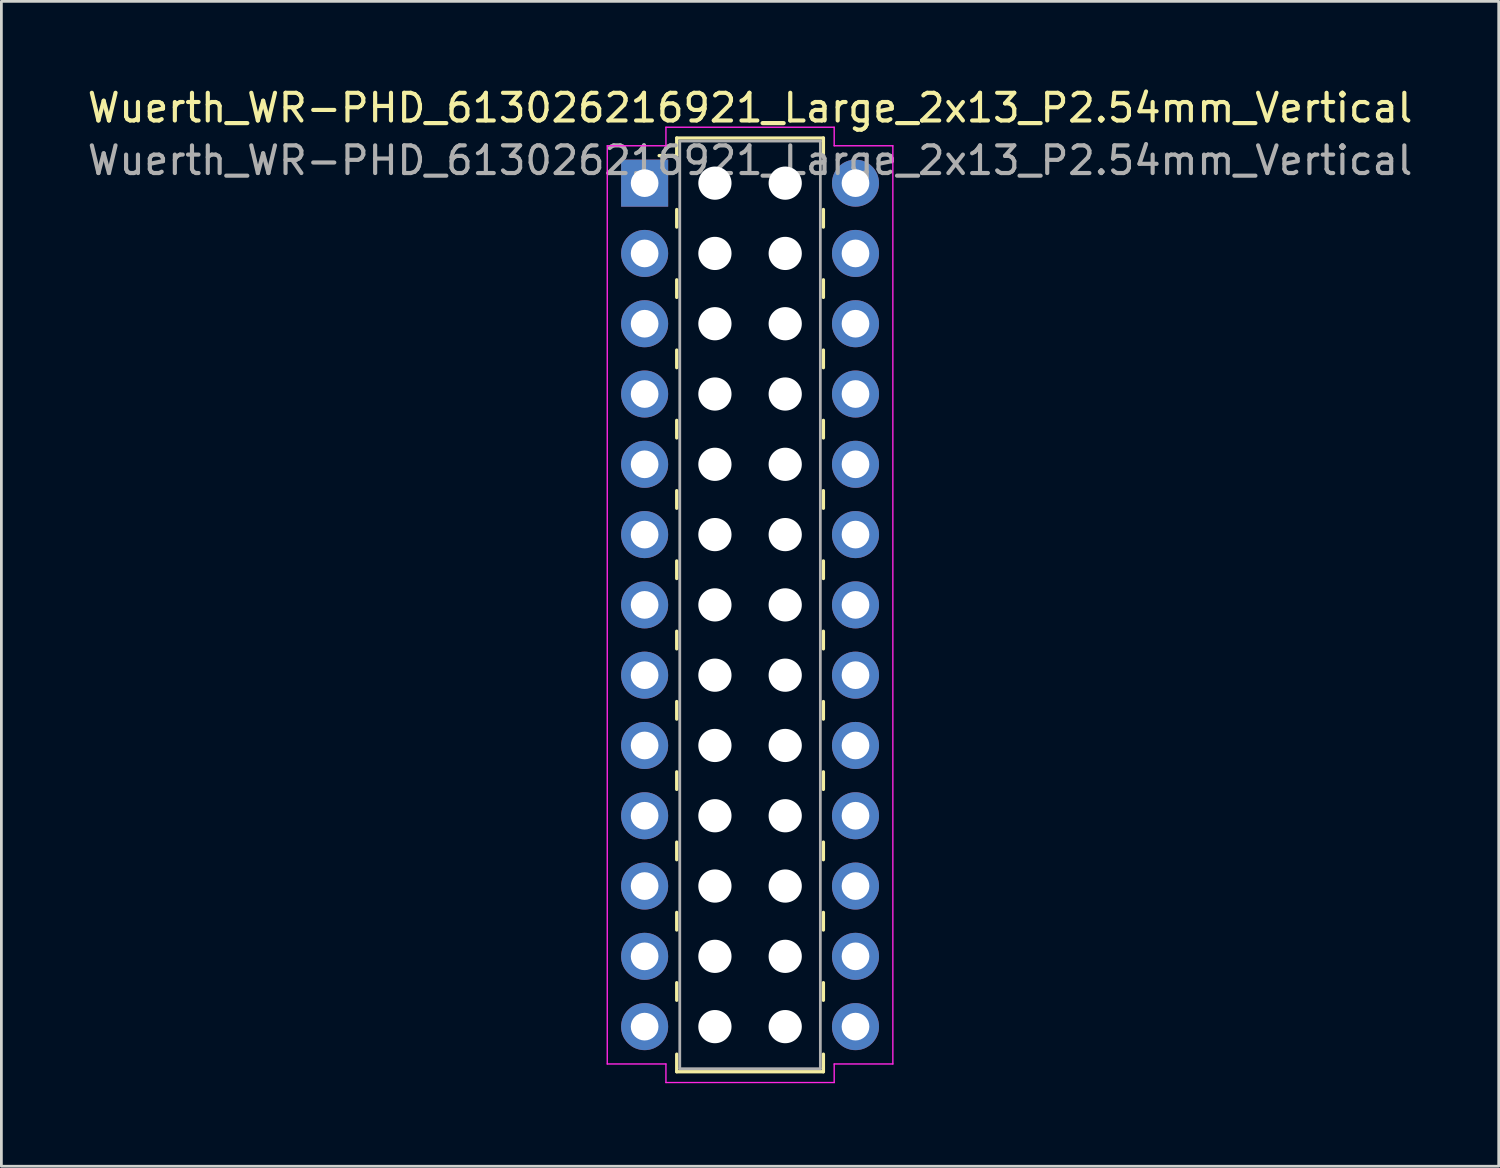
<source format=kicad_pcb>
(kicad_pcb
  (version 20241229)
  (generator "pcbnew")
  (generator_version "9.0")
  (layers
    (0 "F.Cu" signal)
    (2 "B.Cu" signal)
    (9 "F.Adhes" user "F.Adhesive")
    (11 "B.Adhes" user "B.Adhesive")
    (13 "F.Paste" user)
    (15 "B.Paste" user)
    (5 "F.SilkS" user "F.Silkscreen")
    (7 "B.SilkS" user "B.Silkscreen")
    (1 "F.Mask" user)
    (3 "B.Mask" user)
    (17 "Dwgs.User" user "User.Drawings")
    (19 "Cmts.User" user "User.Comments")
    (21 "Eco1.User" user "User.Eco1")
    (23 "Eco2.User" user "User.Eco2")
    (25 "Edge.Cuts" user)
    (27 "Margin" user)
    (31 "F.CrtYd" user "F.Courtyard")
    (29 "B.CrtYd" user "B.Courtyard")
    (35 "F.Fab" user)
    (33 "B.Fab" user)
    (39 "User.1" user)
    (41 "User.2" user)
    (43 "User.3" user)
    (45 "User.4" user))
  (footprint "Wuerth_WR-PHD_613026216921_Large_2x13_P2.54mm_Vertical"
    (layer "F.Cu")
    (at 20.244 3.568)
    (property "Reference" "Wuerth_WR-PHD_613026216921_Large_2x13_P2.54mm_Vertical" (at 3.81 -2.72 0) (layer "F.SilkS") (effects (font (size 1 1) (thickness 0.15))))
    (attr through_hole)
    (fp_line (start 1.16 -1.63) (end 1.16 -0.995) (stroke (width 0.12) (type solid)) (layer "F.SilkS"))
    (fp_line (start 1.16 -1.63) (end 6.46 -1.63) (stroke (width 0.12) (type solid)) (layer "F.SilkS"))
    (fp_line (start 1.16 -0.995) (end 0.525 -0.995) (stroke (width 0.12) (type solid)) (layer "F.SilkS"))
    (fp_line (start 1.16 0.953) (end 1.16 1.587) (stroke (width 0.12) (type solid)) (layer "F.SilkS"))
    (fp_line (start 1.16 3.493) (end 1.16 4.128) (stroke (width 0.12) (type solid)) (layer "F.SilkS"))
    (fp_line (start 1.16 6.032) (end 1.16 6.668) (stroke (width 0.12) (type solid)) (layer "F.SilkS"))
    (fp_line (start 1.16 8.572) (end 1.16 9.207) (stroke (width 0.12) (type solid)) (layer "F.SilkS"))
    (fp_line (start 1.16 11.113) (end 1.16 11.748) (stroke (width 0.12) (type solid)) (layer "F.SilkS"))
    (fp_line (start 1.16 13.652) (end 1.16 14.287) (stroke (width 0.12) (type solid)) (layer "F.SilkS"))
    (fp_line (start 1.16 16.192) (end 1.16 16.828) (stroke (width 0.12) (type solid)) (layer "F.SilkS"))
    (fp_line (start 1.16 18.733) (end 1.16 19.367) (stroke (width 0.12) (type solid)) (layer "F.SilkS"))
    (fp_line (start 1.16 21.273) (end 1.16 21.907) (stroke (width 0.12) (type solid)) (layer "F.SilkS"))
    (fp_line (start 1.16 23.812) (end 1.16 24.448) (stroke (width 0.12) (type solid)) (layer "F.SilkS"))
    (fp_line (start 1.16 26.352) (end 1.16 26.988) (stroke (width 0.12) (type solid)) (layer "F.SilkS"))
    (fp_line (start 1.16 28.892) (end 1.16 29.527) (stroke (width 0.12) (type solid)) (layer "F.SilkS"))
    (fp_line (start 1.16 32.11) (end 1.16 31.475) (stroke (width 0.12) (type solid)) (layer "F.SilkS"))
    (fp_line (start 1.16 32.11) (end 6.46 32.11) (stroke (width 0.12) (type solid)) (layer "F.SilkS"))
    (fp_line (start 6.46 -1.63) (end 6.46 -0.995) (stroke (width 0.12) (type solid)) (layer "F.SilkS"))
    (fp_line (start 6.46 0.953) (end 6.46 1.587) (stroke (width 0.12) (type solid)) (layer "F.SilkS"))
    (fp_line (start 6.46 3.493) (end 6.46 4.128) (stroke (width 0.12) (type solid)) (layer "F.SilkS"))
    (fp_line (start 6.46 6.032) (end 6.46 6.668) (stroke (width 0.12) (type solid)) (layer "F.SilkS"))
    (fp_line (start 6.46 8.572) (end 6.46 9.207) (stroke (width 0.12) (type solid)) (layer "F.SilkS"))
    (fp_line (start 6.46 11.113) (end 6.46 11.748) (stroke (width 0.12) (type solid)) (layer "F.SilkS"))
    (fp_line (start 6.46 13.652) (end 6.46 14.287) (stroke (width 0.12) (type solid)) (layer "F.SilkS"))
    (fp_line (start 6.46 16.192) (end 6.46 16.828) (stroke (width 0.12) (type solid)) (layer "F.SilkS"))
    (fp_line (start 6.46 18.733) (end 6.46 19.367) (stroke (width 0.12) (type solid)) (layer "F.SilkS"))
    (fp_line (start 6.46 21.273) (end 6.46 21.907) (stroke (width 0.12) (type solid)) (layer "F.SilkS"))
    (fp_line (start 6.46 23.812) (end 6.46 24.448) (stroke (width 0.12) (type solid)) (layer "F.SilkS"))
    (fp_line (start 6.46 26.352) (end 6.46 26.988) (stroke (width 0.12) (type solid)) (layer "F.SilkS"))
    (fp_line (start 6.46 28.892) (end 6.46 29.527) (stroke (width 0.12) (type solid)) (layer "F.SilkS"))
    (fp_line (start 6.46 32.11) (end 6.46 31.475) (stroke (width 0.12) (type solid)) (layer "F.SilkS"))
    (fp_line (start -1.35 -1.35) (end 0.77 -1.35) (stroke (width 0.05) (type solid)) (layer "F.CrtYd"))
    (fp_line (start -1.35 31.83) (end -1.35 -1.35) (stroke (width 0.05) (type solid)) (layer "F.CrtYd"))
    (fp_line (start 0.77 -2.02) (end 6.85 -2.02) (stroke (width 0.05) (type solid)) (layer "F.CrtYd"))
    (fp_line (start 0.77 -1.35) (end 0.77 -2.02) (stroke (width 0.05) (type solid)) (layer "F.CrtYd"))
    (fp_line (start 0.77 31.83) (end -1.35 31.83) (stroke (width 0.05) (type solid)) (layer "F.CrtYd"))
    (fp_line (start 0.77 32.5) (end 0.77 31.83) (stroke (width 0.05) (type solid)) (layer "F.CrtYd"))
    (fp_line (start 6.85 -2.02) (end 6.85 -1.35) (stroke (width 0.05) (type solid)) (layer "F.CrtYd"))
    (fp_line (start 6.85 -1.35) (end 8.97 -1.35) (stroke (width 0.05) (type solid)) (layer "F.CrtYd"))
    (fp_line (start 6.85 31.83) (end 6.85 32.5) (stroke (width 0.05) (type solid)) (layer "F.CrtYd"))
    (fp_line (start 6.85 32.5) (end 0.77 32.5) (stroke (width 0.05) (type solid)) (layer "F.CrtYd"))
    (fp_line (start 8.97 -1.35) (end 8.97 31.83) (stroke (width 0.05) (type solid)) (layer "F.CrtYd"))
    (fp_line (start 8.97 31.83) (end 6.85 31.83) (stroke (width 0.05) (type solid)) (layer "F.CrtYd"))
    (fp_line (start 1.27 -1.52) (end 1.27 32) (stroke (width 0.1) (type solid)) (layer "F.Fab"))
    (fp_line (start 1.27 32) (end 6.35 32) (stroke (width 0.1) (type solid)) (layer "F.Fab"))
    (fp_line (start 6.35 -1.52) (end 1.27 -1.52) (stroke (width 0.1) (type solid)) (layer "F.Fab"))
    (fp_line (start 6.35 32) (end 6.35 -1.52) (stroke (width 0.1) (type solid)) (layer "F.Fab"))
    (fp_text user "${REFERENCE}" (at 3.81 -0.82 0) (layer "F.Fab") (effects (font (size 1 1) (thickness 0.15))))
    (pad "" np_thru_hole circle (at 2.54 0) (size 1.2 1.2) (drill 1.2) (layers "*.Cu" "*.Mask"))
    (pad "" np_thru_hole circle (at 2.54 2.54) (size 1.2 1.2) (drill 1.2) (layers "*.Cu" "*.Mask"))
    (pad "" np_thru_hole circle (at 2.54 5.08) (size 1.2 1.2) (drill 1.2) (layers "*.Cu" "*.Mask"))
    (pad "" np_thru_hole circle (at 2.54 7.62) (size 1.2 1.2) (drill 1.2) (layers "*.Cu" "*.Mask"))
    (pad "" np_thru_hole circle (at 2.54 10.16) (size 1.2 1.2) (drill 1.2) (layers "*.Cu" "*.Mask"))
    (pad "" np_thru_hole circle (at 2.54 12.7) (size 1.2 1.2) (drill 1.2) (layers "*.Cu" "*.Mask"))
    (pad "" np_thru_hole circle (at 2.54 15.24) (size 1.2 1.2) (drill 1.2) (layers "*.Cu" "*.Mask"))
    (pad "" np_thru_hole circle (at 2.54 17.78) (size 1.2 1.2) (drill 1.2) (layers "*.Cu" "*.Mask"))
    (pad "" np_thru_hole circle (at 2.54 20.32) (size 1.2 1.2) (drill 1.2) (layers "*.Cu" "*.Mask"))
    (pad "" np_thru_hole circle (at 2.54 22.86) (size 1.2 1.2) (drill 1.2) (layers "*.Cu" "*.Mask"))
    (pad "" np_thru_hole circle (at 2.54 25.4) (size 1.2 1.2) (drill 1.2) (layers "*.Cu" "*.Mask"))
    (pad "" np_thru_hole circle (at 2.54 27.94) (size 1.2 1.2) (drill 1.2) (layers "*.Cu" "*.Mask"))
    (pad "" np_thru_hole circle (at 2.54 30.48) (size 1.2 1.2) (drill 1.2) (layers "*.Cu" "*.Mask"))
    (pad "" np_thru_hole circle (at 5.08 0) (size 1.2 1.2) (drill 1.2) (layers "*.Cu" "*.Mask"))
    (pad "" np_thru_hole circle (at 5.08 2.54) (size 1.2 1.2) (drill 1.2) (layers "*.Cu" "*.Mask"))
    (pad "" np_thru_hole circle (at 5.08 5.08) (size 1.2 1.2) (drill 1.2) (layers "*.Cu" "*.Mask"))
    (pad "" np_thru_hole circle (at 5.08 7.62) (size 1.2 1.2) (drill 1.2) (layers "*.Cu" "*.Mask"))
    (pad "" np_thru_hole circle (at 5.08 10.16) (size 1.2 1.2) (drill 1.2) (layers "*.Cu" "*.Mask"))
    (pad "" np_thru_hole circle (at 5.08 12.7) (size 1.2 1.2) (drill 1.2) (layers "*.Cu" "*.Mask"))
    (pad "" np_thru_hole circle (at 5.08 15.24) (size 1.2 1.2) (drill 1.2) (layers "*.Cu" "*.Mask"))
    (pad "" np_thru_hole circle (at 5.08 17.78) (size 1.2 1.2) (drill 1.2) (layers "*.Cu" "*.Mask"))
    (pad "" np_thru_hole circle (at 5.08 20.32) (size 1.2 1.2) (drill 1.2) (layers "*.Cu" "*.Mask"))
    (pad "" np_thru_hole circle (at 5.08 22.86) (size 1.2 1.2) (drill 1.2) (layers "*.Cu" "*.Mask"))
    (pad "" np_thru_hole circle (at 5.08 25.4) (size 1.2 1.2) (drill 1.2) (layers "*.Cu" "*.Mask"))
    (pad "" np_thru_hole circle (at 5.08 27.94) (size 1.2 1.2) (drill 1.2) (layers "*.Cu" "*.Mask"))
    (pad "" np_thru_hole circle (at 5.08 30.48) (size 1.2 1.2) (drill 1.2) (layers "*.Cu" "*.Mask"))
    (pad "1" thru_hole rect (at 0 0) (size 1.7 1.7) (drill 1) (layers "*.Cu" "*.Mask"))
    (pad "2" thru_hole circle (at 7.62 0) (size 1.7 1.7) (drill 1) (layers "*.Cu" "*.Mask"))
    (pad "3" thru_hole circle (at 0 2.54) (size 1.7 1.7) (drill 1) (layers "*.Cu" "*.Mask"))
    (pad "4" thru_hole circle (at 7.62 2.54) (size 1.7 1.7) (drill 1) (layers "*.Cu" "*.Mask"))
    (pad "5" thru_hole circle (at 0 5.08) (size 1.7 1.7) (drill 1) (layers "*.Cu" "*.Mask"))
    (pad "6" thru_hole circle (at 7.62 5.08) (size 1.7 1.7) (drill 1) (layers "*.Cu" "*.Mask"))
    (pad "7" thru_hole circle (at 0 7.62) (size 1.7 1.7) (drill 1) (layers "*.Cu" "*.Mask"))
    (pad "8" thru_hole circle (at 7.62 7.62) (size 1.7 1.7) (drill 1) (layers "*.Cu" "*.Mask"))
    (pad "9" thru_hole circle (at 0 10.16) (size 1.7 1.7) (drill 1) (layers "*.Cu" "*.Mask"))
    (pad "10" thru_hole circle (at 7.62 10.16) (size 1.7 1.7) (drill 1) (layers "*.Cu" "*.Mask"))
    (pad "11" thru_hole circle (at 0 12.7) (size 1.7 1.7) (drill 1) (layers "*.Cu" "*.Mask"))
    (pad "12" thru_hole circle (at 7.62 12.7) (size 1.7 1.7) (drill 1) (layers "*.Cu" "*.Mask"))
    (pad "13" thru_hole circle (at 0 15.24) (size 1.7 1.7) (drill 1) (layers "*.Cu" "*.Mask"))
    (pad "14" thru_hole circle (at 7.62 15.24) (size 1.7 1.7) (drill 1) (layers "*.Cu" "*.Mask"))
    (pad "15" thru_hole circle (at 0 17.78) (size 1.7 1.7) (drill 1) (layers "*.Cu" "*.Mask"))
    (pad "16" thru_hole circle (at 7.62 17.78) (size 1.7 1.7) (drill 1) (layers "*.Cu" "*.Mask"))
    (pad "17" thru_hole circle (at 0 20.32) (size 1.7 1.7) (drill 1) (layers "*.Cu" "*.Mask"))
    (pad "18" thru_hole circle (at 7.62 20.32) (size 1.7 1.7) (drill 1) (layers "*.Cu" "*.Mask"))
    (pad "19" thru_hole circle (at 0 22.86) (size 1.7 1.7) (drill 1) (layers "*.Cu" "*.Mask"))
    (pad "20" thru_hole circle (at 7.62 22.86) (size 1.7 1.7) (drill 1) (layers "*.Cu" "*.Mask"))
    (pad "21" thru_hole circle (at 0 25.4) (size 1.7 1.7) (drill 1) (layers "*.Cu" "*.Mask"))
    (pad "22" thru_hole circle (at 7.62 25.4) (size 1.7 1.7) (drill 1) (layers "*.Cu" "*.Mask"))
    (pad "23" thru_hole circle (at 0 27.94) (size 1.7 1.7) (drill 1) (layers "*.Cu" "*.Mask"))
    (pad "24" thru_hole circle (at 7.62 27.94) (size 1.7 1.7) (drill 1) (layers "*.Cu" "*.Mask"))
    (pad "25" thru_hole circle (at 0 30.48) (size 1.7 1.7) (drill 1) (layers "*.Cu" "*.Mask"))
    (pad "26" thru_hole circle (at 7.62 30.48) (size 1.7 1.7) (drill 1) (layers "*.Cu" "*.Mask")))
  (gr_rect
    (start -3 -3)
    (end 51.107 39.093)
    (stroke (width 0.1) (type default))
    (fill no)
    (layer "Edge.Cuts")))
</source>
